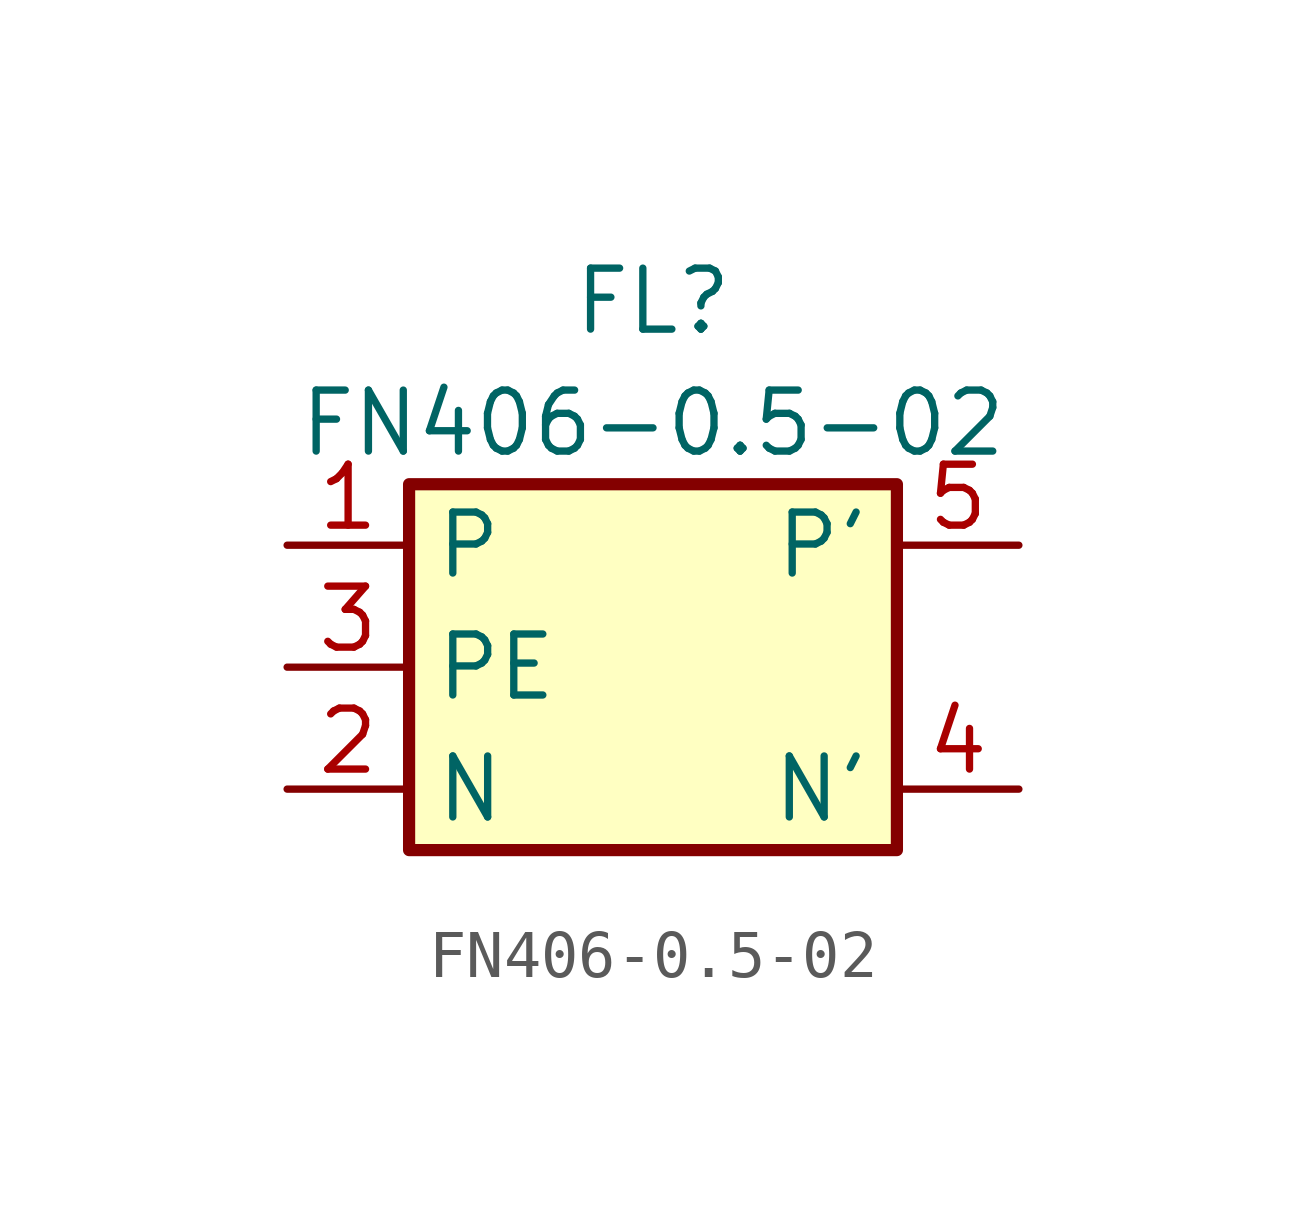
<source format=kicad_sym>
(kicad_symbol_lib
  (version 20211014)
  (generator kicad_symbol_editor)
  (symbol "FN406-0.5-02"
    (property "Reference" "FL"
      (at 0 7.62 0)
      (effects (font (size 1.27 1.27))))
    (property "Value" "FN406-0.5-02"
      (at 0 5.08 0)
      (effects (font (size 1.27 1.27))))
    (symbol "FN406-0.5-02_0_1"
      (rectangle (start -5.08 3.81) (end 5.08 -3.81) (stroke (width 0.254) (type default) (color 0 0 0 0)) (fill (type background))))
    (symbol "FN406-0.5-02_1_1"
      (pin passive line (at -7.62 2.54 0) (length 2.54) (name "P" (effects (font (size 1.27 1.27)))) (number "1" (effects (font (size 1.27 1.27)))))
      (pin passive line (at -7.62 -2.54 0) (length 2.54) (name "N" (effects (font (size 1.27 1.27)))) (number "2" (effects (font (size 1.27 1.27)))))
      (pin passive line (at -7.62 0 0) (length 2.54) (name "PE" (effects (font (size 1.27 1.27)))) (number "3" (effects (font (size 1.27 1.27)))))
      (pin passive line (at 7.62 -2.54 180) (length 2.54) (name "N'" (effects (font (size 1.27 1.27)))) (number "4" (effects (font (size 1.27 1.27)))))
      (pin passive line (at 7.62 2.54 180) (length 2.54) (name "P'" (effects (font (size 1.27 1.27)))) (number "5" (effects (font (size 1.27 1.27))))))))
</source>
